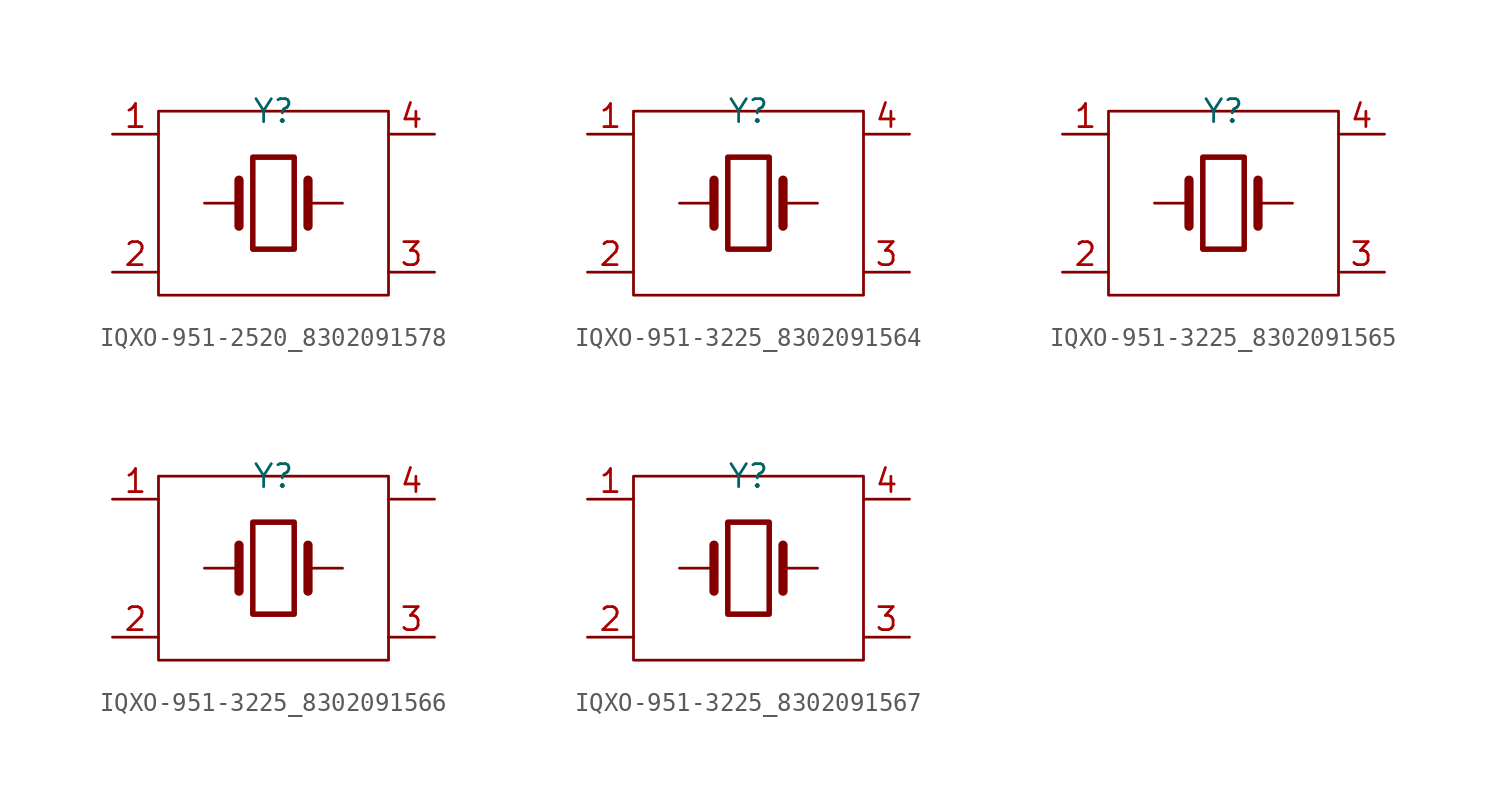
<source format=kicad_sym>
(kicad_symbol_lib
  (version 20220914)
  (generator kicad_symbol_editor)
  (symbol "IQXO-951-2520_8302091578"
    (pin_names hide)
    (property "Reference" "Y"
      (at 0 5.08 0)
      (effects (font (size 1.27 1.27))))
    (property "Critical Parameter" ""
      (at 0 -5.08 0)
      (effects (font (size 1.27 1.27)) (justify left)))
    (symbol "IQXO-951-2520_8302091578_0_1"
      (rectangle (start -6.35 5.08) (end 6.35 -5.08) (stroke (width 0) (type default)) (fill (type none)))
      (rectangle (start -1.143 2.54) (end 1.143 -2.54) (stroke (width 0.305) (type default)) (fill (type none)))
      (polyline (pts (xy -3.81 0) (xy -1.905 0)) (stroke (width 0) (type default)) (fill (type none)))
      (polyline (pts (xy -1.905 -1.27) (xy -1.905 1.27)) (stroke (width 0.508) (type default)) (fill (type none)))
      (polyline (pts (xy 1.905 -1.27) (xy 1.905 1.27)) (stroke (width 0.508) (type default)) (fill (type none)))
      (polyline (pts (xy 3.81 0) (xy 1.905 0)) (stroke (width 0) (type default)) (fill (type none))))
    (symbol "IQXO-951-2520_8302091578_1_1"
      (pin passive line (at -8.89 3.81 0) (length 2.54) (name "SO" (effects (font (size 1.27 1.27)))) (number "1" (effects (font (size 1.27 1.27)))))
      (pin passive line (at -8.89 -3.81 0) (length 2.54) (name "GND" (effects (font (size 1.27 1.27)))) (number "2" (effects (font (size 1.27 1.27)))))
      (pin passive line (at 8.89 -3.81 180) (length 2.54) (name "OUT" (effects (font (size 1.27 1.27)))) (number "3" (effects (font (size 1.27 1.27)))))
      (pin passive line (at 8.89 3.81 180) (length 2.54) (name "+VS" (effects (font (size 1.27 1.27)))) (number "4" (effects (font (size 1.27 1.27)))))))
  (symbol "IQXO-951-3225_8302091564"
    (pin_names hide)
    (property "Reference" "Y"
      (at 0 5.08 0)
      (effects (font (size 1.27 1.27))))
    (property "Critical Parameter" ""
      (at 0 -5.08 0)
      (effects (font (size 1.27 1.27)) (justify left)))
    (symbol "IQXO-951-3225_8302091564_0_1"
      (rectangle (start -6.35 5.08) (end 6.35 -5.08) (stroke (width 0) (type default)) (fill (type none)))
      (rectangle (start -1.143 2.54) (end 1.143 -2.54) (stroke (width 0.305) (type default)) (fill (type none)))
      (polyline (pts (xy -3.81 0) (xy -1.905 0)) (stroke (width 0) (type default)) (fill (type none)))
      (polyline (pts (xy -1.905 -1.27) (xy -1.905 1.27)) (stroke (width 0.508) (type default)) (fill (type none)))
      (polyline (pts (xy 1.905 -1.27) (xy 1.905 1.27)) (stroke (width 0.508) (type default)) (fill (type none)))
      (polyline (pts (xy 3.81 0) (xy 1.905 0)) (stroke (width 0) (type default)) (fill (type none))))
    (symbol "IQXO-951-3225_8302091564_1_1"
      (pin passive line (at -8.89 3.81 0) (length 2.54) (name "SO" (effects (font (size 1.27 1.27)))) (number "1" (effects (font (size 1.27 1.27)))))
      (pin passive line (at -8.89 -3.81 0) (length 2.54) (name "GND" (effects (font (size 1.27 1.27)))) (number "2" (effects (font (size 1.27 1.27)))))
      (pin passive line (at 8.89 -3.81 180) (length 2.54) (name "OUT" (effects (font (size 1.27 1.27)))) (number "3" (effects (font (size 1.27 1.27)))))
      (pin passive line (at 8.89 3.81 180) (length 2.54) (name "+VS" (effects (font (size 1.27 1.27)))) (number "4" (effects (font (size 1.27 1.27)))))))
  (symbol "IQXO-951-3225_8302091565"
    (pin_names hide)
    (property "Reference" "Y"
      (at 0 5.08 0)
      (effects (font (size 1.27 1.27))))
    (property "Critical Parameter" ""
      (at 0 -5.08 0)
      (effects (font (size 1.27 1.27)) (justify left)))
    (symbol "IQXO-951-3225_8302091565_0_1"
      (rectangle (start -6.35 5.08) (end 6.35 -5.08) (stroke (width 0) (type default)) (fill (type none)))
      (rectangle (start -1.143 2.54) (end 1.143 -2.54) (stroke (width 0.305) (type default)) (fill (type none)))
      (polyline (pts (xy -3.81 0) (xy -1.905 0)) (stroke (width 0) (type default)) (fill (type none)))
      (polyline (pts (xy -1.905 -1.27) (xy -1.905 1.27)) (stroke (width 0.508) (type default)) (fill (type none)))
      (polyline (pts (xy 1.905 -1.27) (xy 1.905 1.27)) (stroke (width 0.508) (type default)) (fill (type none)))
      (polyline (pts (xy 3.81 0) (xy 1.905 0)) (stroke (width 0) (type default)) (fill (type none))))
    (symbol "IQXO-951-3225_8302091565_1_1"
      (pin passive line (at -8.89 3.81 0) (length 2.54) (name "SO" (effects (font (size 1.27 1.27)))) (number "1" (effects (font (size 1.27 1.27)))))
      (pin passive line (at -8.89 -3.81 0) (length 2.54) (name "GND" (effects (font (size 1.27 1.27)))) (number "2" (effects (font (size 1.27 1.27)))))
      (pin passive line (at 8.89 -3.81 180) (length 2.54) (name "OUT" (effects (font (size 1.27 1.27)))) (number "3" (effects (font (size 1.27 1.27)))))
      (pin passive line (at 8.89 3.81 180) (length 2.54) (name "+VS" (effects (font (size 1.27 1.27)))) (number "4" (effects (font (size 1.27 1.27)))))))
  (symbol "IQXO-951-3225_8302091566"
    (pin_names hide)
    (property "Reference" "Y"
      (at 0 5.08 0)
      (effects (font (size 1.27 1.27))))
    (property "Critical Parameter" ""
      (at 0 -5.08 0)
      (effects (font (size 1.27 1.27)) (justify left)))
    (symbol "IQXO-951-3225_8302091566_0_1"
      (rectangle (start -6.35 5.08) (end 6.35 -5.08) (stroke (width 0) (type default)) (fill (type none)))
      (rectangle (start -1.143 2.54) (end 1.143 -2.54) (stroke (width 0.305) (type default)) (fill (type none)))
      (polyline (pts (xy -3.81 0) (xy -1.905 0)) (stroke (width 0) (type default)) (fill (type none)))
      (polyline (pts (xy -1.905 -1.27) (xy -1.905 1.27)) (stroke (width 0.508) (type default)) (fill (type none)))
      (polyline (pts (xy 1.905 -1.27) (xy 1.905 1.27)) (stroke (width 0.508) (type default)) (fill (type none)))
      (polyline (pts (xy 3.81 0) (xy 1.905 0)) (stroke (width 0) (type default)) (fill (type none))))
    (symbol "IQXO-951-3225_8302091566_1_1"
      (pin passive line (at -8.89 3.81 0) (length 2.54) (name "SO" (effects (font (size 1.27 1.27)))) (number "1" (effects (font (size 1.27 1.27)))))
      (pin passive line (at -8.89 -3.81 0) (length 2.54) (name "GND" (effects (font (size 1.27 1.27)))) (number "2" (effects (font (size 1.27 1.27)))))
      (pin passive line (at 8.89 -3.81 180) (length 2.54) (name "OUT" (effects (font (size 1.27 1.27)))) (number "3" (effects (font (size 1.27 1.27)))))
      (pin passive line (at 8.89 3.81 180) (length 2.54) (name "+VS" (effects (font (size 1.27 1.27)))) (number "4" (effects (font (size 1.27 1.27)))))))
  (symbol "IQXO-951-3225_8302091567"
    (pin_names hide)
    (property "Reference" "Y"
      (at 0 5.08 0)
      (effects (font (size 1.27 1.27))))
    (property "Critical Parameter" ""
      (at 0 -5.08 0)
      (effects (font (size 1.27 1.27)) (justify left)))
    (symbol "IQXO-951-3225_8302091567_0_1"
      (rectangle (start -6.35 5.08) (end 6.35 -5.08) (stroke (width 0) (type default)) (fill (type none)))
      (rectangle (start -1.143 2.54) (end 1.143 -2.54) (stroke (width 0.305) (type default)) (fill (type none)))
      (polyline (pts (xy -3.81 0) (xy -1.905 0)) (stroke (width 0) (type default)) (fill (type none)))
      (polyline (pts (xy -1.905 -1.27) (xy -1.905 1.27)) (stroke (width 0.508) (type default)) (fill (type none)))
      (polyline (pts (xy 1.905 -1.27) (xy 1.905 1.27)) (stroke (width 0.508) (type default)) (fill (type none)))
      (polyline (pts (xy 3.81 0) (xy 1.905 0)) (stroke (width 0) (type default)) (fill (type none))))
    (symbol "IQXO-951-3225_8302091567_1_1"
      (pin passive line (at -8.89 3.81 0) (length 2.54) (name "SO" (effects (font (size 1.27 1.27)))) (number "1" (effects (font (size 1.27 1.27)))))
      (pin passive line (at -8.89 -3.81 0) (length 2.54) (name "GND" (effects (font (size 1.27 1.27)))) (number "2" (effects (font (size 1.27 1.27)))))
      (pin passive line (at 8.89 -3.81 180) (length 2.54) (name "OUT" (effects (font (size 1.27 1.27)))) (number "3" (effects (font (size 1.27 1.27)))))
      (pin passive line (at 8.89 3.81 180) (length 2.54) (name "+VS" (effects (font (size 1.27 1.27)))) (number "4" (effects (font (size 1.27 1.27))))))))
</source>
